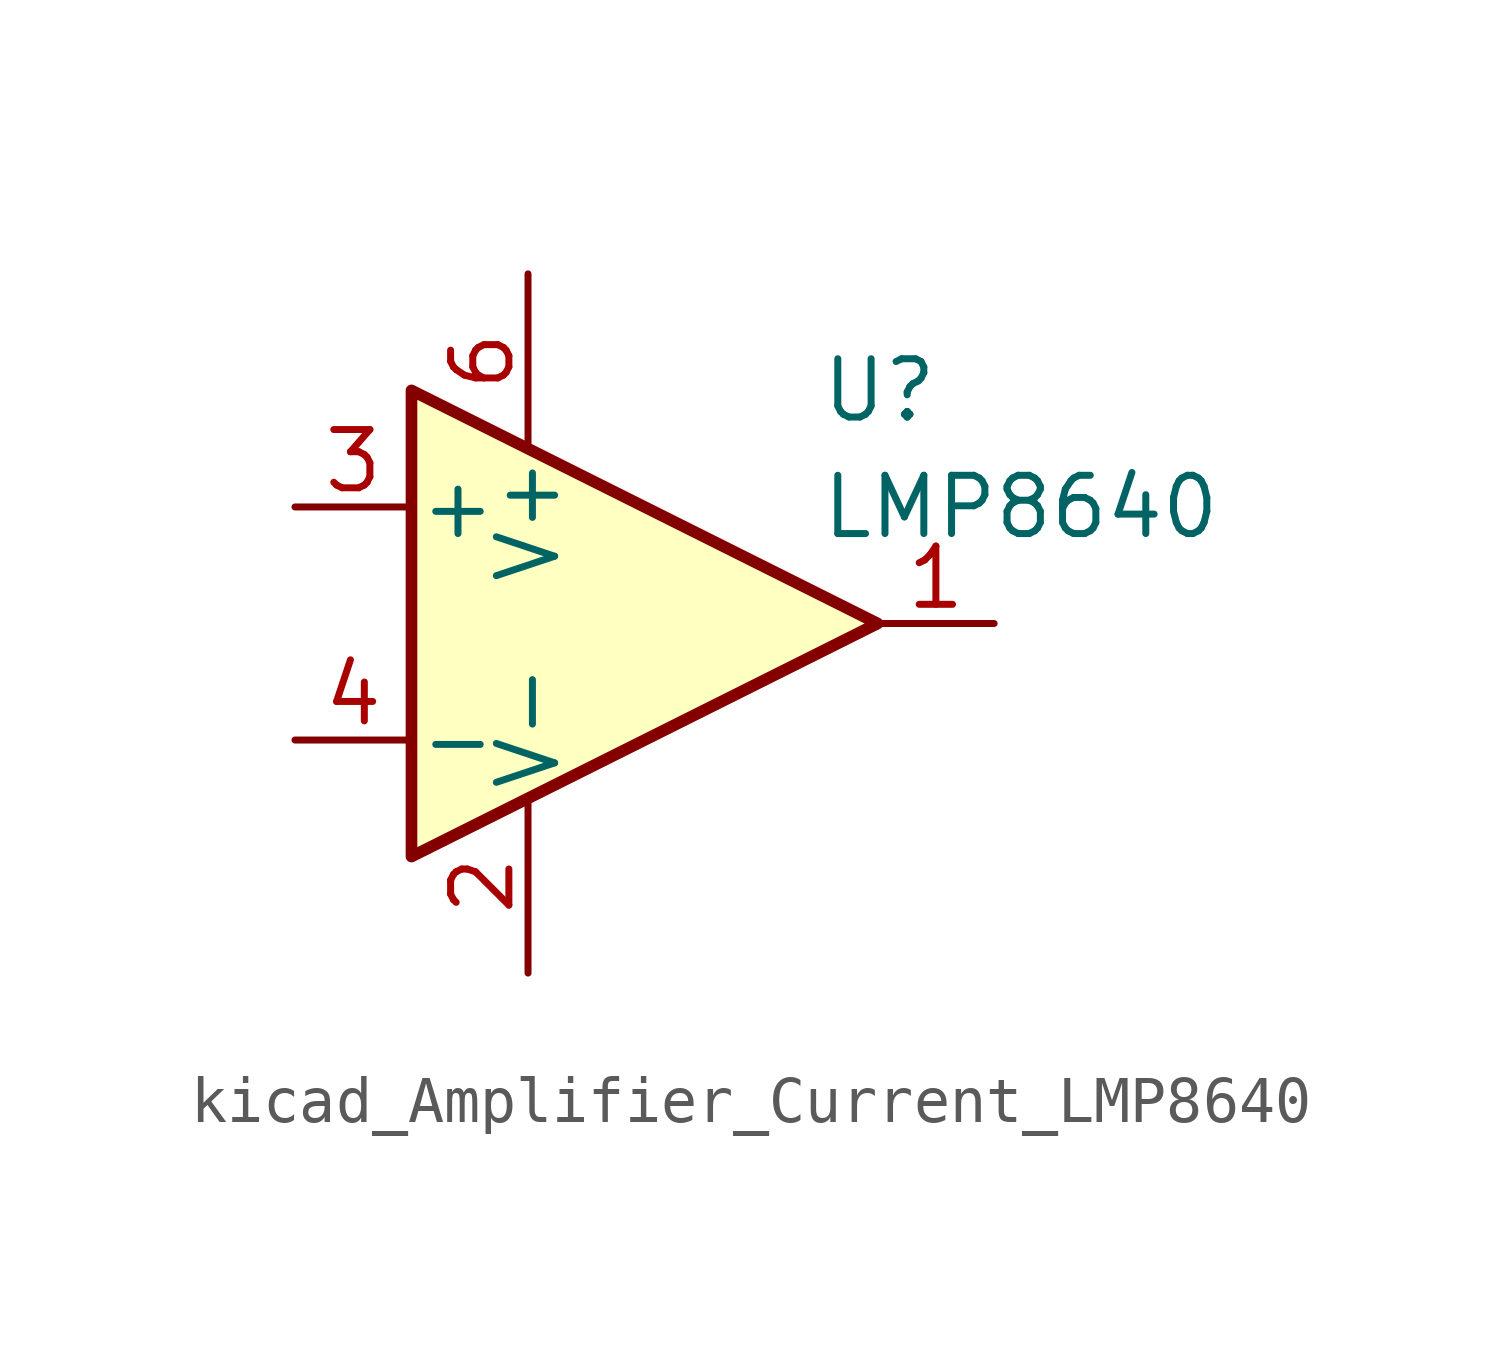
<source format=kicad_sym>
(kicad_symbol_lib
  (version 20220914)
  (generator kicad_symbol_editor)
  (symbol "kicad_Amplifier_Current_LMP8640"
    (pin_names
      (offset 0.127))
    (property "Reference" "U"
      (at 3.81 5.08 0)
      (effects (font (size 1.27 1.27)) (justify left)))
    (property "Value" "LMP8640"
      (at 3.81 2.54 0)
      (effects (font (size 1.27 1.27)) (justify left)))
    (symbol "kicad_Amplifier_Current_LMP8640_0_1"
      (polyline (pts (xy -5.08 5.08) (xy 5.08 0) (xy -5.08 -5.08) (xy -5.08 5.08)) (stroke (width 0.254) (type default)) (fill (type background))))
    (symbol "kicad_Amplifier_Current_LMP8640_1_1"
      (pin output line (at 7.62 0 180) (length 2.54) (name "~" (effects (font (size 1.27 1.27)))) (number "1" (effects (font (size 1.27 1.27)))))
      (pin power_in line (at -2.54 -7.62 90) (length 3.81) (name "V-" (effects (font (size 1.27 1.27)))) (number "2" (effects (font (size 1.27 1.27)))))
      (pin input line (at -7.62 2.54 0) (length 2.54) (name "+" (effects (font (size 1.27 1.27)))) (number "3" (effects (font (size 1.27 1.27)))))
      (pin input line (at -7.62 -2.54 0) (length 2.54) (name "-" (effects (font (size 1.27 1.27)))) (number "4" (effects (font (size 1.27 1.27)))))
      (pin power_in line (at -2.54 7.62 270) (length 3.81) (name "V+" (effects (font (size 1.27 1.27)))) (number "6" (effects (font (size 1.27 1.27))))))))
</source>
